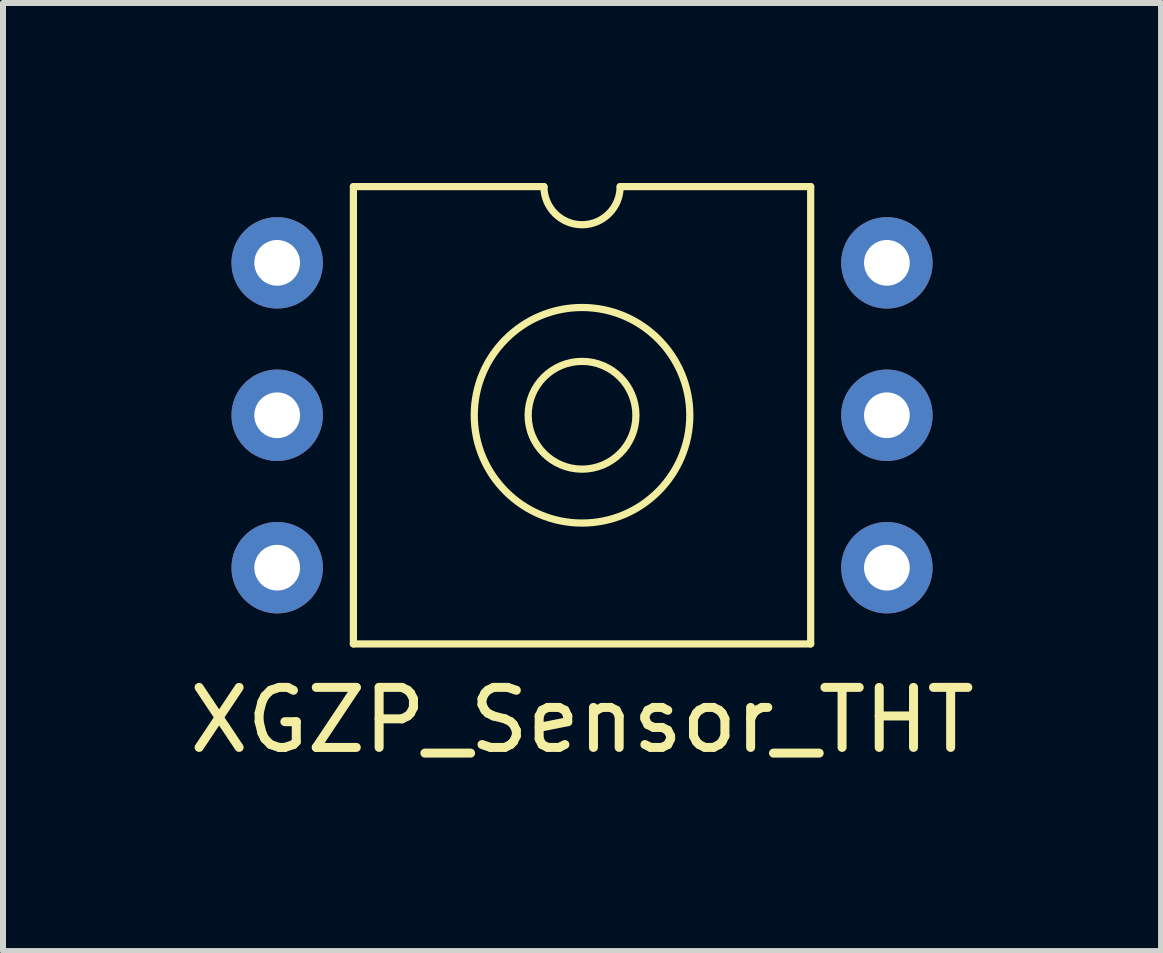
<source format=kicad_pcb>
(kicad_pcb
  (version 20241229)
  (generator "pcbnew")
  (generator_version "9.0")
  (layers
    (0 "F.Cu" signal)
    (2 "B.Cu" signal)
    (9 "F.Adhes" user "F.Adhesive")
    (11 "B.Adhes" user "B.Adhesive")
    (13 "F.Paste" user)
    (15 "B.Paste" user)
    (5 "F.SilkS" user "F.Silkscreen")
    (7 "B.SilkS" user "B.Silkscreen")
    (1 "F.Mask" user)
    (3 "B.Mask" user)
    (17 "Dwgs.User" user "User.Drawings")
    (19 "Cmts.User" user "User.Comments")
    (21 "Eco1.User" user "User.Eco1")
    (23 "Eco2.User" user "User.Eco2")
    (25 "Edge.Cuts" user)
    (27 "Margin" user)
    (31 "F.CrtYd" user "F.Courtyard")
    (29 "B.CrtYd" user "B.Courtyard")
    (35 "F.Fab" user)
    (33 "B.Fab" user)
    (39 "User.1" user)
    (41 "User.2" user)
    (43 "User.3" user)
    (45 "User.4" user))
  (footprint "XGZP_Sensor_THT"
    (layer "F.Cu")
    (at 6.649 3.87)
    (property "Reference" "XGZP_Sensor_THT" (at 0 5.08 0) (unlocked yes) (layer "F.SilkS") (effects (font (size 1 1) (thickness 0.15))))
    (attr through_hole)
    (fp_line (start -3.81 -3.81) (end -3.81 3.81) (stroke (width 0.12) (type solid)) (layer "F.SilkS"))
    (fp_line (start -3.81 3.81) (end 3.81 3.81) (stroke (width 0.12) (type solid)) (layer "F.SilkS"))
    (fp_line (start -0.635 -3.81) (end -3.81 -3.81) (stroke (width 0.12) (type solid)) (layer "F.SilkS"))
    (fp_line (start 3.81 -3.81) (end 0.635 -3.81) (stroke (width 0.12) (type solid)) (layer "F.SilkS"))
    (fp_line (start 3.81 3.81) (end 3.81 -3.81) (stroke (width 0.12) (type solid)) (layer "F.SilkS"))
    (fp_arc (start 0.635 -3.81) (mid 0 -3.175) (end -0.635 -3.81) (stroke (width 0.12) (type solid)) (layer "F.SilkS"))
    (fp_circle (center 0 0) (end 0.635 0.635) (stroke (width 0.12) (type solid)) (fill no) (layer "F.SilkS"))
    (fp_circle (center 0 0) (end 1.27 1.27) (stroke (width 0.12) (type solid)) (fill no) (layer "F.SilkS"))
    (pad "" thru_hole circle (at -5.08 -2.54) (size 1.524 1.524) (drill 0.762) (layers "*.Cu" "*.Mask"))
    (pad "" thru_hole circle (at 5.08 0) (size 1.524 1.524) (drill 0.762) (layers "*.Cu" "*.Mask"))
    (pad "" thru_hole circle (at 5.08 2.54) (size 1.524 1.524) (drill 0.762) (layers "*.Cu" "*.Mask"))
    (pad "1" thru_hole circle (at 5.08 -2.54) (size 1.524 1.524) (drill 0.762) (layers "*.Cu" "*.Mask"))
    (pad "4" thru_hole circle (at -5.08 2.54) (size 1.524 1.524) (drill 0.762) (layers "*.Cu" "*.Mask"))
    (pad "5" thru_hole circle (at -5.08 0) (size 1.524 1.524) (drill 0.762) (layers "*.Cu" "*.Mask")))
  (gr_rect
    (start -3 -3)
    (end 16.298 12.798)
    (stroke (width 0.1) (type default))
    (fill no)
    (layer "Edge.Cuts")))
</source>
